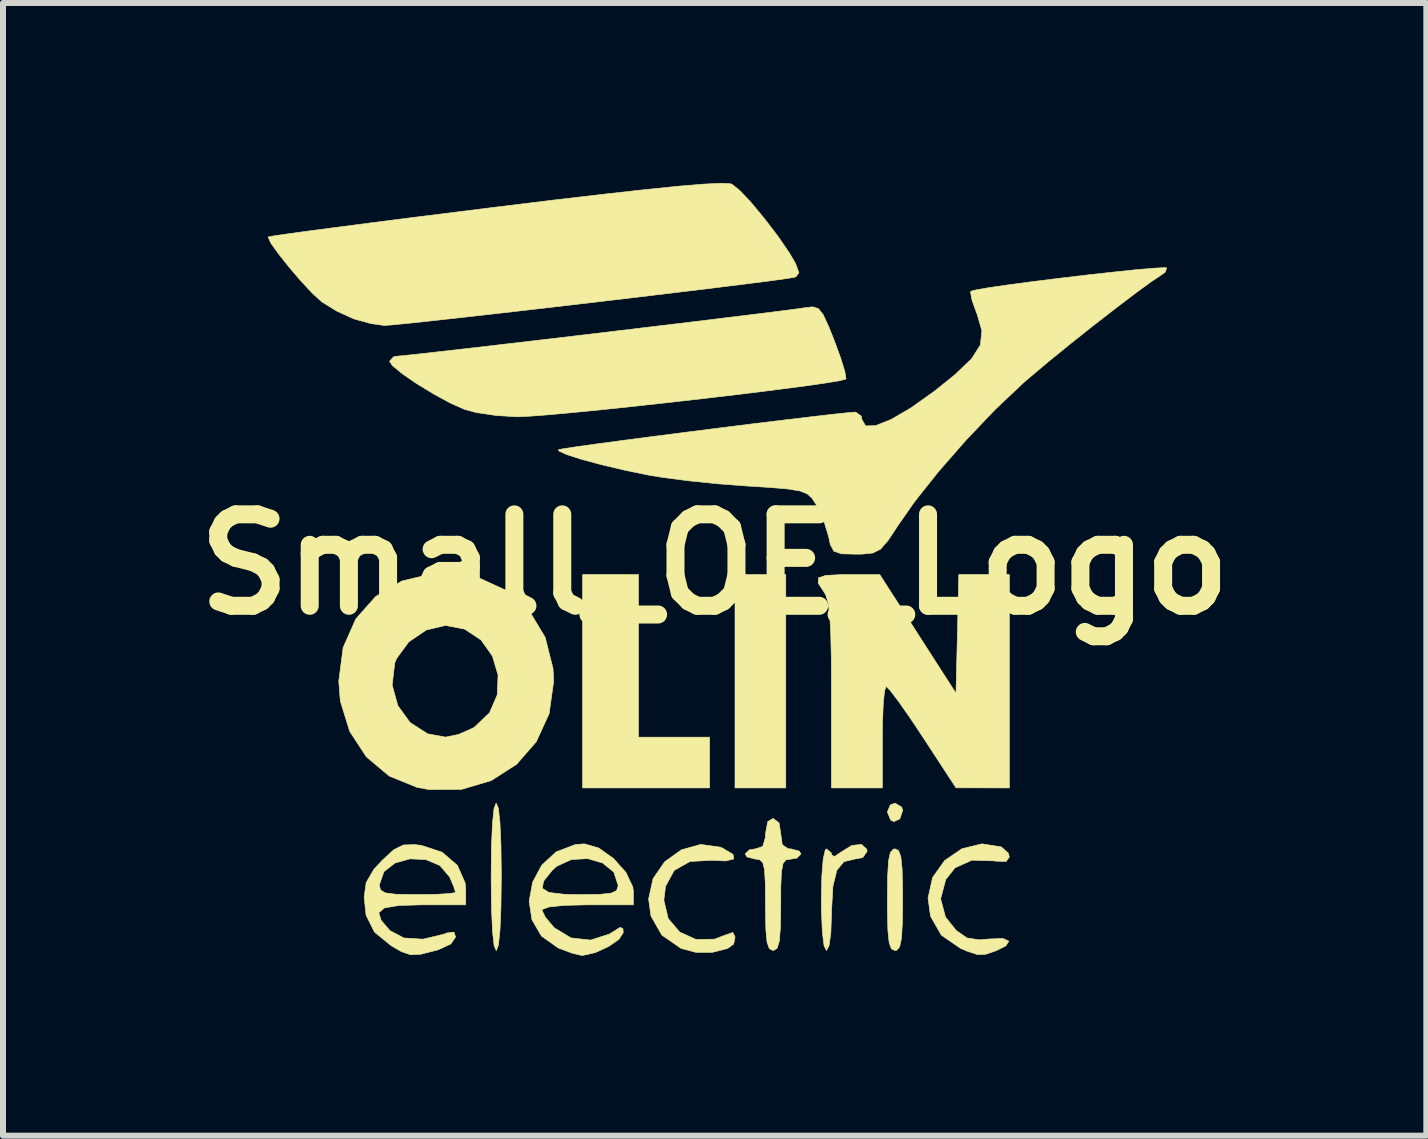
<source format=kicad_pcb>
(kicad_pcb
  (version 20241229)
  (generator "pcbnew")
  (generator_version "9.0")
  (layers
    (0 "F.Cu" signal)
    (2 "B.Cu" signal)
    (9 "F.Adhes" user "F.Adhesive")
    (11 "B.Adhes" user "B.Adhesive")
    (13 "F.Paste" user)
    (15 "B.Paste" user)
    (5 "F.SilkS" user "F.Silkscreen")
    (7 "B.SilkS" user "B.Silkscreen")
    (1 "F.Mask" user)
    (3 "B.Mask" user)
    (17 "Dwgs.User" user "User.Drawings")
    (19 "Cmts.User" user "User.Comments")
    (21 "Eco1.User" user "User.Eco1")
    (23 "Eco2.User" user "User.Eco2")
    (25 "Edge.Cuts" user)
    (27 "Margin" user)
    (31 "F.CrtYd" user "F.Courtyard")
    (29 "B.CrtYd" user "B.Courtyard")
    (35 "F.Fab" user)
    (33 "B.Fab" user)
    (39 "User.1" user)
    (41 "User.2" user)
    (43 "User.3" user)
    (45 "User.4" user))
  (footprint "Small_OE_Logo"
    (layer "F.Cu")
    (at 8.861 6.357)
    (property "Reference" "Small_OE_Logo" (at 0 0 0) (layer "F.SilkS") (effects (font (size 1.524 1.524) (thickness 0.3))))
    (attr through_hole)
    (fp_poly (pts (xy 1.185 3.725) (xy 0.339 3.725) (xy 0.339 0.169) (xy 1.185 0.169) (xy 1.185 3.725)) (stroke (width 0.01) (type solid)) (fill yes) (layer "F.SilkS"))
    (fp_poly (pts (xy -1.27 2.879) (xy -0.085 2.879) (xy -0.085 3.725) (xy -2.201 3.725) (xy -2.201 0.169) (xy -1.27 0.169) (xy -1.27 2.879)) (stroke (width 0.01) (type solid)) (fill yes) (layer "F.SilkS"))
    (fp_poly (pts (xy 3.118 4.045) (xy 3.133 4.101) (xy 3.086 4.24) (xy 2.986 4.287) (xy 2.933 4.259) (xy 2.878 4.125) (xy 2.928 4.007) (xy 3.006 3.979) (xy 3.118 4.045)) (stroke (width 0.01) (type solid)) (fill yes) (layer "F.SilkS"))
    (fp_poly (pts (xy -3.606 4.061) (xy -3.579 4.297) (xy -3.562 4.672) (xy -3.556 5.171) (xy -3.556 5.207) (xy -3.562 5.713) (xy -3.578 6.097) (xy -3.604 6.342) (xy -3.638 6.434) (xy -3.641 6.435) (xy -3.676 6.353) (xy -3.702 6.117) (xy -3.719 5.742) (xy -3.725 5.243) (xy -3.725 5.207) (xy -3.72 4.701) (xy -3.703 4.317) (xy -3.678 4.072) (xy -3.643 3.98) (xy -3.641 3.979) (xy -3.606 4.061)) (stroke (width 0.01) (type solid)) (fill yes) (layer "F.SilkS"))
    (fp_poly (pts (xy 3.065 4.769) (xy 3.103 4.872) (xy 3.124 5.077) (xy 3.132 5.412) (xy 3.133 5.588) (xy 3.128 5.983) (xy 3.113 6.236) (xy 3.082 6.376) (xy 3.032 6.431) (xy 3.006 6.435) (xy 2.946 6.407) (xy 2.908 6.304) (xy 2.887 6.099) (xy 2.879 5.764) (xy 2.879 5.588) (xy 2.883 5.193) (xy 2.898 4.94) (xy 2.929 4.8) (xy 2.979 4.745) (xy 3.006 4.741) (xy 3.065 4.769)) (stroke (width 0.01) (type solid)) (fill yes) (layer "F.SilkS"))
    (fp_poly (pts (xy 2.535 4.746) (xy 2.54 4.784) (xy 2.467 4.886) (xy 2.331 4.911) (xy 2.154 4.954) (xy 2.036 5.097) (xy 1.971 5.362) (xy 1.948 5.769) (xy 1.947 5.836) (xy 1.936 6.143) (xy 1.906 6.354) (xy 1.863 6.435) (xy 1.863 6.435) (xy 1.823 6.354) (xy 1.795 6.129) (xy 1.78 5.783) (xy 1.778 5.588) (xy 1.786 5.195) (xy 1.809 4.91) (xy 1.843 4.759) (xy 1.863 4.741) (xy 1.943 4.807) (xy 1.947 4.839) (xy 1.996 4.869) (xy 2.102 4.797) (xy 2.285 4.684) (xy 2.447 4.666) (xy 2.535 4.746)) (stroke (width 0.01) (type solid)) (fill yes) (layer "F.SilkS"))
    (fp_poly (pts (xy 4.777 4.708) (xy 4.894 4.812) (xy 4.911 4.875) (xy 4.858 4.951) (xy 4.681 4.945) (xy 4.66 4.941) (xy 4.288 4.929) (xy 4.006 5.056) (xy 3.852 5.25) (xy 3.766 5.573) (xy 3.847 5.878) (xy 4.025 6.1) (xy 4.203 6.225) (xy 4.41 6.257) (xy 4.569 6.243) (xy 4.805 6.234) (xy 4.903 6.279) (xy 4.852 6.358) (xy 4.693 6.437) (xy 4.515 6.498) (xy 4.383 6.504) (xy 4.219 6.45) (xy 4.096 6.398) (xy 3.778 6.179) (xy 3.598 5.864) (xy 3.556 5.561) (xy 3.632 5.218) (xy 3.833 4.935) (xy 4.12 4.739) (xy 4.454 4.657) (xy 4.777 4.708)) (stroke (width 0.01) (type solid)) (fill yes) (layer "F.SilkS"))
    (fp_poly (pts (xy 4.911 3.725) (xy 4.022 3.723) (xy 3.471 2.879) (xy 3.252 2.55) (xy 3.063 2.281) (xy 2.925 2.1) (xy 2.857 2.033) (xy 2.831 2.111) (xy 2.81 2.323) (xy 2.797 2.632) (xy 2.794 2.879) (xy 2.794 3.725) (xy 1.947 3.725) (xy 1.947 2.175) (xy 1.945 1.594) (xy 1.935 1.16) (xy 1.918 0.85) (xy 1.891 0.64) (xy 1.852 0.51) (xy 1.823 0.461) (xy 1.726 0.313) (xy 1.729 0.225) (xy 1.851 0.183) (xy 2.114 0.17) (xy 2.223 0.17) (xy 2.752 0.17) (xy 4.022 2.148) (xy 4.046 1.159) (xy 4.069 0.169) (xy 4.911 0.169) (xy 4.911 3.725)) (stroke (width 0.01) (type solid)) (fill yes) (layer "F.SilkS"))
    (fp_poly (pts (xy 0.093 4.712) (xy 0.133 4.729) (xy 0.306 4.833) (xy 0.319 4.908) (xy 0.182 4.942) (xy -0.046 4.931) (xy -0.413 4.951) (xy -0.674 5.099) (xy -0.819 5.365) (xy -0.847 5.597) (xy -0.774 5.903) (xy -0.582 6.128) (xy -0.312 6.25) (xy -0.003 6.246) (xy 0.175 6.178) (xy 0.303 6.134) (xy 0.339 6.207) (xy 0.339 6.215) (xy 0.316 6.328) (xy 0.218 6.399) (xy 0.001 6.456) (xy -0.042 6.465) (xy -0.313 6.465) (xy -0.561 6.399) (xy -0.88 6.178) (xy -1.061 5.862) (xy -1.101 5.576) (xy -1.027 5.238) (xy -0.833 4.956) (xy -0.555 4.757) (xy -0.234 4.667) (xy 0.093 4.712)) (stroke (width 0.01) (type solid)) (fill yes) (layer "F.SilkS"))
    (fp_poly (pts (xy 1.074 4.309) (xy 1.101 4.487) (xy 1.127 4.673) (xy 1.226 4.739) (xy 1.27 4.741) (xy 1.408 4.777) (xy 1.439 4.826) (xy 1.368 4.895) (xy 1.27 4.911) (xy 1.19 4.923) (xy 1.14 4.983) (xy 1.113 5.122) (xy 1.102 5.372) (xy 1.101 5.673) (xy 1.096 6.044) (xy 1.078 6.276) (xy 1.042 6.396) (xy 0.983 6.434) (xy 0.974 6.435) (xy 0.912 6.405) (xy 0.873 6.297) (xy 0.853 6.081) (xy 0.847 5.728) (xy 0.847 5.673) (xy 0.844 5.311) (xy 0.831 5.086) (xy 0.8 4.966) (xy 0.744 4.918) (xy 0.677 4.911) (xy 0.54 4.875) (xy 0.508 4.826) (xy 0.579 4.757) (xy 0.677 4.741) (xy 0.801 4.701) (xy 0.845 4.553) (xy 0.847 4.487) (xy 0.885 4.286) (xy 0.974 4.233) (xy 1.074 4.309)) (stroke (width 0.01) (type solid)) (fill yes) (layer "F.SilkS"))
    (fp_poly (pts (xy -3.941 0.219) (xy -3.469 0.436) (xy -3.09 0.775) (xy -2.825 1.215) (xy -2.694 1.736) (xy -2.683 1.947) (xy -2.759 2.487) (xy -2.973 2.955) (xy -3.302 3.332) (xy -3.725 3.603) (xy -4.218 3.749) (xy -4.759 3.752) (xy -4.957 3.717) (xy -5.424 3.527) (xy -5.805 3.207) (xy -6.083 2.782) (xy -6.239 2.277) (xy -6.26 2.01) (xy -5.375 2.01) (xy -5.281 2.353) (xy -5.076 2.636) (xy -4.784 2.823) (xy -4.487 2.878) (xy -4.27 2.834) (xy -4.028 2.727) (xy -4.009 2.716) (xy -3.753 2.475) (xy -3.623 2.172) (xy -3.61 1.844) (xy -3.704 1.528) (xy -3.893 1.26) (xy -4.168 1.078) (xy -4.487 1.017) (xy -4.807 1.093) (xy -5.099 1.292) (xy -5.302 1.569) (xy -5.332 1.644) (xy -5.375 2.01) (xy -6.26 2.01) (xy -6.265 1.947) (xy -6.192 1.386) (xy -5.981 0.909) (xy -5.649 0.534) (xy -5.212 0.276) (xy -4.687 0.151) (xy -4.487 0.142) (xy -3.941 0.219)) (stroke (width 0.01) (type solid)) (fill yes) (layer "F.SilkS"))
    (fp_poly (pts (xy 1.729 -4.264) (xy 1.811 -4.159) (xy 1.907 -3.947) (xy 1.995 -3.727) (xy 2.101 -3.437) (xy 2.17 -3.213) (xy 2.189 -3.096) (xy 2.186 -3.089) (xy 2.088 -3.063) (xy 1.845 -3.023) (xy 1.484 -2.971) (xy 1.027 -2.912) (xy 0.5 -2.846) (xy -0.072 -2.778) (xy -0.665 -2.71) (xy -1.255 -2.645) (xy -1.817 -2.585) (xy -2.326 -2.535) (xy -2.757 -2.495) (xy -3.087 -2.47) (xy -3.291 -2.461) (xy -3.293 -2.461) (xy -3.641 -2.482) (xy -3.971 -2.531) (xy -4.164 -2.582) (xy -4.405 -2.689) (xy -4.686 -2.842) (xy -4.968 -3.014) (xy -5.209 -3.18) (xy -5.372 -3.316) (xy -5.419 -3.386) (xy -5.35 -3.461) (xy -5.289 -3.471) (xy -5.176 -3.481) (xy -4.917 -3.509) (xy -4.535 -3.552) (xy -4.052 -3.607) (xy -3.491 -3.672) (xy -2.874 -3.744) (xy -2.223 -3.821) (xy -1.56 -3.9) (xy -0.909 -3.978) (xy -0.292 -4.052) (xy 0.27 -4.121) (xy 0.753 -4.18) (xy 1.135 -4.228) (xy 1.394 -4.262) (xy 1.494 -4.277) (xy 1.633 -4.293) (xy 1.729 -4.264)) (stroke (width 0.01) (type solid)) (fill yes) (layer "F.SilkS"))
    (fp_poly (pts (xy 0.258 -6.345) (xy 0.288 -6.337) (xy 0.42 -6.231) (xy 0.614 -6.024) (xy 0.837 -5.754) (xy 1.059 -5.463) (xy 1.247 -5.188) (xy 1.348 -5.015) (xy 1.404 -4.862) (xy 1.353 -4.793) (xy 1.337 -4.788) (xy 1.225 -4.768) (xy 0.967 -4.732) (xy 0.585 -4.683) (xy 0.102 -4.623) (xy -0.46 -4.554) (xy -1.078 -4.48) (xy -1.731 -4.402) (xy -2.396 -4.324) (xy -3.05 -4.248) (xy -3.672 -4.177) (xy -4.239 -4.113) (xy -4.729 -4.059) (xy -5.119 -4.017) (xy -5.386 -3.991) (xy -5.509 -3.983) (xy -5.728 -4.014) (xy -5.992 -4.086) (xy -6.024 -4.097) (xy -6.298 -4.222) (xy -6.545 -4.374) (xy -6.557 -4.384) (xy -6.71 -4.525) (xy -6.9 -4.729) (xy -7.098 -4.961) (xy -7.274 -5.183) (xy -7.399 -5.359) (xy -7.442 -5.454) (xy -7.439 -5.458) (xy -7.351 -5.475) (xy -7.112 -5.51) (xy -6.739 -5.561) (xy -6.249 -5.625) (xy -5.659 -5.702) (xy -4.986 -5.788) (xy -4.247 -5.88) (xy -3.649 -5.955) (xy -2.649 -6.077) (xy -1.81 -6.175) (xy -1.123 -6.251) (xy -0.58 -6.306) (xy -0.174 -6.339) (xy 0.103 -6.352) (xy 0.258 -6.345)) (stroke (width 0.01) (type solid)) (fill yes) (layer "F.SilkS"))
    (fp_poly (pts (xy -4.887 4.683) (xy -4.541 4.797) (xy -4.288 5.016) (xy -4.159 5.308) (xy -4.149 5.423) (xy -4.149 5.673) (xy -4.868 5.673) (xy -5.264 5.684) (xy -5.504 5.725) (xy -5.598 5.805) (xy -5.559 5.932) (xy -5.411 6.104) (xy -5.179 6.226) (xy -4.863 6.246) (xy -4.515 6.163) (xy -4.466 6.143) (xy -4.345 6.128) (xy -4.318 6.21) (xy -4.397 6.325) (xy -4.609 6.423) (xy -4.636 6.43) (xy -4.896 6.496) (xy -5.067 6.506) (xy -5.221 6.453) (xy -5.392 6.354) (xy -5.67 6.127) (xy -5.81 5.846) (xy -5.842 5.543) (xy -5.814 5.347) (xy -5.588 5.347) (xy -5.569 5.427) (xy -5.49 5.474) (xy -5.316 5.497) (xy -5.013 5.503) (xy -4.953 5.503) (xy -4.649 5.499) (xy -4.425 5.486) (xy -4.321 5.469) (xy -4.318 5.465) (xy -4.349 5.368) (xy -4.417 5.209) (xy -4.579 5.018) (xy -4.814 4.919) (xy -5.079 4.907) (xy -5.327 4.976) (xy -5.512 5.121) (xy -5.588 5.337) (xy -5.588 5.347) (xy -5.814 5.347) (xy -5.808 5.302) (xy -5.683 5.087) (xy -5.543 4.934) (xy -5.347 4.754) (xy -5.188 4.676) (xy -4.994 4.67) (xy -4.887 4.683)) (stroke (width 0.01) (type solid)) (fill yes) (layer "F.SilkS"))
    (fp_poly (pts (xy -1.933 4.726) (xy -1.685 4.902) (xy -1.478 5.135) (xy -1.364 5.376) (xy -1.355 5.453) (xy -1.355 5.673) (xy -2.117 5.673) (xy -2.503 5.682) (xy -2.762 5.709) (xy -2.875 5.751) (xy -2.879 5.761) (xy -2.824 5.876) (xy -2.689 6.039) (xy -2.671 6.058) (xy -2.393 6.225) (xy -2.067 6.261) (xy -1.753 6.16) (xy -1.712 6.134) (xy -1.576 6.049) (xy -1.529 6.07) (xy -1.524 6.138) (xy -1.596 6.249) (xy -1.772 6.37) (xy -1.991 6.47) (xy -2.195 6.516) (xy -2.22 6.516) (xy -2.367 6.482) (xy -2.581 6.403) (xy -2.607 6.392) (xy -2.887 6.194) (xy -3.045 5.922) (xy -3.092 5.612) (xy -3.052 5.397) (xy -2.874 5.397) (xy -2.763 5.467) (xy -2.505 5.498) (xy -2.244 5.503) (xy -1.917 5.499) (xy -1.726 5.479) (xy -1.635 5.437) (xy -1.609 5.362) (xy -1.609 5.347) (xy -1.681 5.128) (xy -1.866 4.977) (xy -2.118 4.903) (xy -2.39 4.919) (xy -2.637 5.033) (xy -2.706 5.096) (xy -2.85 5.277) (xy -2.874 5.397) (xy -3.052 5.397) (xy -3.034 5.296) (xy -2.881 5.011) (xy -2.642 4.791) (xy -2.325 4.67) (xy -2.172 4.657) (xy -1.933 4.726)) (stroke (width 0.01) (type solid)) (fill yes) (layer "F.SilkS"))
    (fp_poly (pts (xy 7.533 -4.942) (xy 7.509 -4.871) (xy 7.444 -4.824) (xy 7.279 -4.715) (xy 7.015 -4.522) (xy 6.681 -4.268) (xy 6.307 -3.978) (xy 5.925 -3.674) (xy 5.564 -3.381) (xy 5.255 -3.121) (xy 5.131 -3.014) (xy 4.671 -2.578) (xy 4.191 -2.074) (xy 3.73 -1.547) (xy 3.329 -1.042) (xy 3.061 -0.658) (xy 2.892 -0.401) (xy 2.766 -0.256) (xy 2.636 -0.19) (xy 2.456 -0.172) (xy 2.353 -0.171) (xy 2.111 -0.177) (xy 1.986 -0.221) (xy 1.927 -0.334) (xy 1.901 -0.456) (xy 1.815 -0.741) (xy 1.694 -0.994) (xy 1.624 -1.101) (xy 1.546 -1.174) (xy 1.427 -1.223) (xy 1.234 -1.256) (xy 0.935 -1.282) (xy 0.538 -1.307) (xy 0.062 -1.343) (xy -0.426 -1.393) (xy -0.86 -1.449) (xy -1.099 -1.488) (xy -1.506 -1.572) (xy -1.89 -1.663) (xy -2.221 -1.752) (xy -2.466 -1.831) (xy -2.595 -1.89) (xy -2.604 -1.912) (xy -2.516 -1.929) (xy -2.286 -1.964) (xy -1.938 -2.012) (xy -1.499 -2.071) (xy -0.994 -2.137) (xy -0.448 -2.207) (xy 0.112 -2.278) (xy 0.662 -2.347) (xy 1.175 -2.409) (xy 1.627 -2.463) (xy 1.992 -2.505) (xy 2.243 -2.531) (xy 2.349 -2.539) (xy 2.443 -2.472) (xy 2.455 -2.413) (xy 2.515 -2.309) (xy 2.682 -2.313) (xy 2.94 -2.416) (xy 3.273 -2.61) (xy 3.665 -2.889) (xy 3.997 -3.156) (xy 4.28 -3.424) (xy 4.428 -3.656) (xy 4.454 -3.893) (xy 4.373 -4.175) (xy 4.365 -4.192) (xy 4.29 -4.401) (xy 4.265 -4.535) (xy 4.271 -4.553) (xy 4.367 -4.578) (xy 4.598 -4.617) (xy 4.932 -4.665) (xy 5.339 -4.719) (xy 5.785 -4.774) (xy 6.239 -4.828) (xy 6.67 -4.875) (xy 7.045 -4.914) (xy 7.333 -4.938) (xy 7.502 -4.946) (xy 7.533 -4.942)) (stroke (width 0.01) (type solid)) (fill yes) (layer "F.SilkS")))
  (gr_rect
    (start -3 -3)
    (end 20.722 15.878)
    (stroke (width 0.1) (type default))
    (fill no)
    (layer "Edge.Cuts")))
</source>
